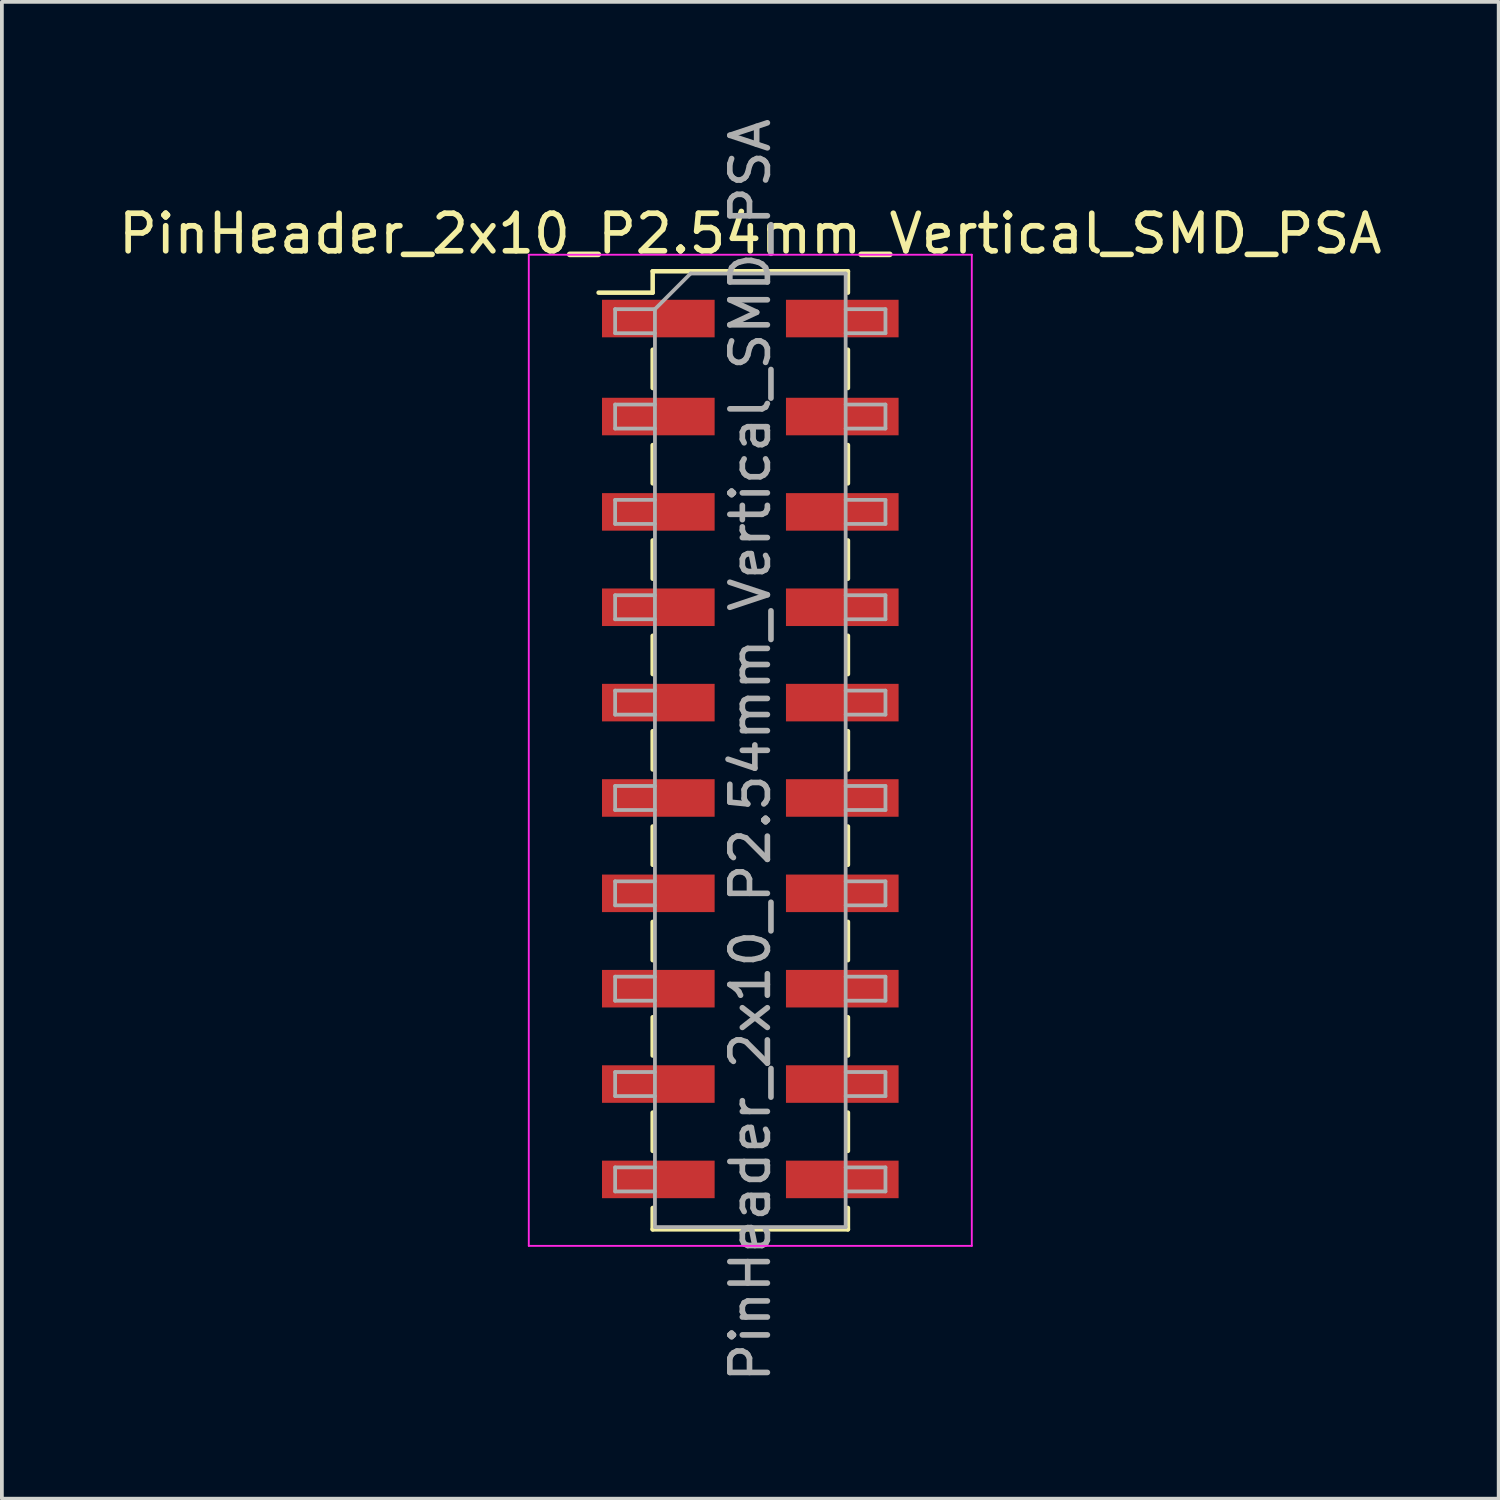
<source format=kicad_pcb>
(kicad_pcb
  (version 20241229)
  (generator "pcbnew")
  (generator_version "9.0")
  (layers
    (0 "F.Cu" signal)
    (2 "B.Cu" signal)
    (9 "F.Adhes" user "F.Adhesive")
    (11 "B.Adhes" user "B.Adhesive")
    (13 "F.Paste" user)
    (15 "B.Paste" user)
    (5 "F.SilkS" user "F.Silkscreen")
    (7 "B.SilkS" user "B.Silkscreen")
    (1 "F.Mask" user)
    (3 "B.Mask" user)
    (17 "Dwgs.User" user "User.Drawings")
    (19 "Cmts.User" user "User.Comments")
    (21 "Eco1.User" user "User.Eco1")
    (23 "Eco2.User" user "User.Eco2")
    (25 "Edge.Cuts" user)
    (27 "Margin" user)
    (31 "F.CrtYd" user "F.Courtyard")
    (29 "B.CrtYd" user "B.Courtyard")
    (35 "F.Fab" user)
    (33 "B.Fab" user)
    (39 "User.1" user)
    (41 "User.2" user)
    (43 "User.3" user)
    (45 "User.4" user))
  (footprint "PinHeader_2x10_P2.54mm_Vertical_SMD_PSA"
    (layer "F.Cu")
    (at 16.935 16.935)
    (property "Reference" "PinHeader_2x10_P2.54mm_Vertical_SMD_PSA" (at 0 -13.76 0) (layer "F.SilkS") (effects (font (size 1 1) (thickness 0.15))))
    (attr smd)
    (fp_line (start -4.04 -12.19) (end -2.6 -12.19) (stroke (width 0.12) (type solid)) (layer "F.SilkS"))
    (fp_line (start -2.6 -12.76) (end -2.6 -12.19) (stroke (width 0.12) (type solid)) (layer "F.SilkS"))
    (fp_line (start -2.6 -12.76) (end 2.6 -12.76) (stroke (width 0.12) (type solid)) (layer "F.SilkS"))
    (fp_line (start -2.6 -10.67) (end -2.6 -9.65) (stroke (width 0.12) (type solid)) (layer "F.SilkS"))
    (fp_line (start -2.6 -8.13) (end -2.6 -7.11) (stroke (width 0.12) (type solid)) (layer "F.SilkS"))
    (fp_line (start -2.6 -5.59) (end -2.6 -4.57) (stroke (width 0.12) (type solid)) (layer "F.SilkS"))
    (fp_line (start -2.6 -3.05) (end -2.6 -2.03) (stroke (width 0.12) (type solid)) (layer "F.SilkS"))
    (fp_line (start -2.6 -0.51) (end -2.6 0.51) (stroke (width 0.12) (type solid)) (layer "F.SilkS"))
    (fp_line (start -2.6 2.03) (end -2.6 3.05) (stroke (width 0.12) (type solid)) (layer "F.SilkS"))
    (fp_line (start -2.6 4.57) (end -2.6 5.59) (stroke (width 0.12) (type solid)) (layer "F.SilkS"))
    (fp_line (start -2.6 7.11) (end -2.6 8.13) (stroke (width 0.12) (type solid)) (layer "F.SilkS"))
    (fp_line (start -2.6 9.65) (end -2.6 10.67) (stroke (width 0.12) (type solid)) (layer "F.SilkS"))
    (fp_line (start -2.6 12.19) (end -2.6 12.76) (stroke (width 0.12) (type solid)) (layer "F.SilkS"))
    (fp_line (start -2.6 12.76) (end 2.6 12.76) (stroke (width 0.12) (type solid)) (layer "F.SilkS"))
    (fp_line (start 2.6 -12.76) (end 2.6 -12.19) (stroke (width 0.12) (type solid)) (layer "F.SilkS"))
    (fp_line (start 2.6 -10.67) (end 2.6 -9.65) (stroke (width 0.12) (type solid)) (layer "F.SilkS"))
    (fp_line (start 2.6 -8.13) (end 2.6 -7.11) (stroke (width 0.12) (type solid)) (layer "F.SilkS"))
    (fp_line (start 2.6 -5.59) (end 2.6 -4.57) (stroke (width 0.12) (type solid)) (layer "F.SilkS"))
    (fp_line (start 2.6 -3.05) (end 2.6 -2.03) (stroke (width 0.12) (type solid)) (layer "F.SilkS"))
    (fp_line (start 2.6 -0.51) (end 2.6 0.51) (stroke (width 0.12) (type solid)) (layer "F.SilkS"))
    (fp_line (start 2.6 2.03) (end 2.6 3.05) (stroke (width 0.12) (type solid)) (layer "F.SilkS"))
    (fp_line (start 2.6 4.57) (end 2.6 5.59) (stroke (width 0.12) (type solid)) (layer "F.SilkS"))
    (fp_line (start 2.6 7.11) (end 2.6 8.13) (stroke (width 0.12) (type solid)) (layer "F.SilkS"))
    (fp_line (start 2.6 9.65) (end 2.6 10.67) (stroke (width 0.12) (type solid)) (layer "F.SilkS"))
    (fp_line (start 2.6 12.19) (end 2.6 12.76) (stroke (width 0.12) (type solid)) (layer "F.SilkS"))
    (fp_line (start -5.9 -13.2) (end -5.9 13.2) (stroke (width 0.05) (type solid)) (layer "F.CrtYd"))
    (fp_line (start -5.9 13.2) (end 5.9 13.2) (stroke (width 0.05) (type solid)) (layer "F.CrtYd"))
    (fp_line (start 5.9 -13.2) (end -5.9 -13.2) (stroke (width 0.05) (type solid)) (layer "F.CrtYd"))
    (fp_line (start 5.9 13.2) (end 5.9 -13.2) (stroke (width 0.05) (type solid)) (layer "F.CrtYd"))
    (fp_line (start -3.6 -11.75) (end -3.6 -11.11) (stroke (width 0.1) (type solid)) (layer "F.Fab"))
    (fp_line (start -3.6 -11.11) (end -2.54 -11.11) (stroke (width 0.1) (type solid)) (layer "F.Fab"))
    (fp_line (start -3.6 -9.21) (end -3.6 -8.57) (stroke (width 0.1) (type solid)) (layer "F.Fab"))
    (fp_line (start -3.6 -8.57) (end -2.54 -8.57) (stroke (width 0.1) (type solid)) (layer "F.Fab"))
    (fp_line (start -3.6 -6.67) (end -3.6 -6.03) (stroke (width 0.1) (type solid)) (layer "F.Fab"))
    (fp_line (start -3.6 -6.03) (end -2.54 -6.03) (stroke (width 0.1) (type solid)) (layer "F.Fab"))
    (fp_line (start -3.6 -4.13) (end -3.6 -3.49) (stroke (width 0.1) (type solid)) (layer "F.Fab"))
    (fp_line (start -3.6 -3.49) (end -2.54 -3.49) (stroke (width 0.1) (type solid)) (layer "F.Fab"))
    (fp_line (start -3.6 -1.59) (end -3.6 -0.95) (stroke (width 0.1) (type solid)) (layer "F.Fab"))
    (fp_line (start -3.6 -0.95) (end -2.54 -0.95) (stroke (width 0.1) (type solid)) (layer "F.Fab"))
    (fp_line (start -3.6 0.95) (end -3.6 1.59) (stroke (width 0.1) (type solid)) (layer "F.Fab"))
    (fp_line (start -3.6 1.59) (end -2.54 1.59) (stroke (width 0.1) (type solid)) (layer "F.Fab"))
    (fp_line (start -3.6 3.49) (end -3.6 4.13) (stroke (width 0.1) (type solid)) (layer "F.Fab"))
    (fp_line (start -3.6 4.13) (end -2.54 4.13) (stroke (width 0.1) (type solid)) (layer "F.Fab"))
    (fp_line (start -3.6 6.03) (end -3.6 6.67) (stroke (width 0.1) (type solid)) (layer "F.Fab"))
    (fp_line (start -3.6 6.67) (end -2.54 6.67) (stroke (width 0.1) (type solid)) (layer "F.Fab"))
    (fp_line (start -3.6 8.57) (end -3.6 9.21) (stroke (width 0.1) (type solid)) (layer "F.Fab"))
    (fp_line (start -3.6 9.21) (end -2.54 9.21) (stroke (width 0.1) (type solid)) (layer "F.Fab"))
    (fp_line (start -3.6 11.11) (end -3.6 11.75) (stroke (width 0.1) (type solid)) (layer "F.Fab"))
    (fp_line (start -3.6 11.75) (end -2.54 11.75) (stroke (width 0.1) (type solid)) (layer "F.Fab"))
    (fp_line (start -2.54 -11.75) (end -3.6 -11.75) (stroke (width 0.1) (type solid)) (layer "F.Fab"))
    (fp_line (start -2.54 -11.75) (end -1.59 -12.7) (stroke (width 0.1) (type solid)) (layer "F.Fab"))
    (fp_line (start -2.54 -9.21) (end -3.6 -9.21) (stroke (width 0.1) (type solid)) (layer "F.Fab"))
    (fp_line (start -2.54 -6.67) (end -3.6 -6.67) (stroke (width 0.1) (type solid)) (layer "F.Fab"))
    (fp_line (start -2.54 -4.13) (end -3.6 -4.13) (stroke (width 0.1) (type solid)) (layer "F.Fab"))
    (fp_line (start -2.54 -1.59) (end -3.6 -1.59) (stroke (width 0.1) (type solid)) (layer "F.Fab"))
    (fp_line (start -2.54 0.95) (end -3.6 0.95) (stroke (width 0.1) (type solid)) (layer "F.Fab"))
    (fp_line (start -2.54 3.49) (end -3.6 3.49) (stroke (width 0.1) (type solid)) (layer "F.Fab"))
    (fp_line (start -2.54 6.03) (end -3.6 6.03) (stroke (width 0.1) (type solid)) (layer "F.Fab"))
    (fp_line (start -2.54 8.57) (end -3.6 8.57) (stroke (width 0.1) (type solid)) (layer "F.Fab"))
    (fp_line (start -2.54 11.11) (end -3.6 11.11) (stroke (width 0.1) (type solid)) (layer "F.Fab"))
    (fp_line (start -2.54 12.7) (end -2.54 -11.75) (stroke (width 0.1) (type solid)) (layer "F.Fab"))
    (fp_line (start -1.59 -12.7) (end 2.54 -12.7) (stroke (width 0.1) (type solid)) (layer "F.Fab"))
    (fp_line (start 2.54 -12.7) (end 2.54 12.7) (stroke (width 0.1) (type solid)) (layer "F.Fab"))
    (fp_line (start 2.54 -11.75) (end 3.6 -11.75) (stroke (width 0.1) (type solid)) (layer "F.Fab"))
    (fp_line (start 2.54 -9.21) (end 3.6 -9.21) (stroke (width 0.1) (type solid)) (layer "F.Fab"))
    (fp_line (start 2.54 -6.67) (end 3.6 -6.67) (stroke (width 0.1) (type solid)) (layer "F.Fab"))
    (fp_line (start 2.54 -4.13) (end 3.6 -4.13) (stroke (width 0.1) (type solid)) (layer "F.Fab"))
    (fp_line (start 2.54 -1.59) (end 3.6 -1.59) (stroke (width 0.1) (type solid)) (layer "F.Fab"))
    (fp_line (start 2.54 0.95) (end 3.6 0.95) (stroke (width 0.1) (type solid)) (layer "F.Fab"))
    (fp_line (start 2.54 3.49) (end 3.6 3.49) (stroke (width 0.1) (type solid)) (layer "F.Fab"))
    (fp_line (start 2.54 6.03) (end 3.6 6.03) (stroke (width 0.1) (type solid)) (layer "F.Fab"))
    (fp_line (start 2.54 8.57) (end 3.6 8.57) (stroke (width 0.1) (type solid)) (layer "F.Fab"))
    (fp_line (start 2.54 11.11) (end 3.6 11.11) (stroke (width 0.1) (type solid)) (layer "F.Fab"))
    (fp_line (start 2.54 12.7) (end -2.54 12.7) (stroke (width 0.1) (type solid)) (layer "F.Fab"))
    (fp_line (start 3.6 -11.75) (end 3.6 -11.11) (stroke (width 0.1) (type solid)) (layer "F.Fab"))
    (fp_line (start 3.6 -11.11) (end 2.54 -11.11) (stroke (width 0.1) (type solid)) (layer "F.Fab"))
    (fp_line (start 3.6 -9.21) (end 3.6 -8.57) (stroke (width 0.1) (type solid)) (layer "F.Fab"))
    (fp_line (start 3.6 -8.57) (end 2.54 -8.57) (stroke (width 0.1) (type solid)) (layer "F.Fab"))
    (fp_line (start 3.6 -6.67) (end 3.6 -6.03) (stroke (width 0.1) (type solid)) (layer "F.Fab"))
    (fp_line (start 3.6 -6.03) (end 2.54 -6.03) (stroke (width 0.1) (type solid)) (layer "F.Fab"))
    (fp_line (start 3.6 -4.13) (end 3.6 -3.49) (stroke (width 0.1) (type solid)) (layer "F.Fab"))
    (fp_line (start 3.6 -3.49) (end 2.54 -3.49) (stroke (width 0.1) (type solid)) (layer "F.Fab"))
    (fp_line (start 3.6 -1.59) (end 3.6 -0.95) (stroke (width 0.1) (type solid)) (layer "F.Fab"))
    (fp_line (start 3.6 -0.95) (end 2.54 -0.95) (stroke (width 0.1) (type solid)) (layer "F.Fab"))
    (fp_line (start 3.6 0.95) (end 3.6 1.59) (stroke (width 0.1) (type solid)) (layer "F.Fab"))
    (fp_line (start 3.6 1.59) (end 2.54 1.59) (stroke (width 0.1) (type solid)) (layer "F.Fab"))
    (fp_line (start 3.6 3.49) (end 3.6 4.13) (stroke (width 0.1) (type solid)) (layer "F.Fab"))
    (fp_line (start 3.6 4.13) (end 2.54 4.13) (stroke (width 0.1) (type solid)) (layer "F.Fab"))
    (fp_line (start 3.6 6.03) (end 3.6 6.67) (stroke (width 0.1) (type solid)) (layer "F.Fab"))
    (fp_line (start 3.6 6.67) (end 2.54 6.67) (stroke (width 0.1) (type solid)) (layer "F.Fab"))
    (fp_line (start 3.6 8.57) (end 3.6 9.21) (stroke (width 0.1) (type solid)) (layer "F.Fab"))
    (fp_line (start 3.6 9.21) (end 2.54 9.21) (stroke (width 0.1) (type solid)) (layer "F.Fab"))
    (fp_line (start 3.6 11.11) (end 3.6 11.75) (stroke (width 0.1) (type solid)) (layer "F.Fab"))
    (fp_line (start 3.6 11.75) (end 2.54 11.75) (stroke (width 0.1) (type solid)) (layer "F.Fab"))
    (fp_text user "${REFERENCE}" (at 0 0 90) (layer "F.Fab") (effects (font (size 1 1) (thickness 0.15))))
    (pad "1" smd rect (at -2.45 -11.5) (size 3 1) (layers "F.Cu" "F.Mask" "F.Paste"))
    (pad "2" smd rect (at -2.45 -8.89) (size 3 1) (layers "F.Cu" "F.Mask" "F.Paste"))
    (pad "3" smd rect (at -2.45 -6.35) (size 3 1) (layers "F.Cu" "F.Mask" "F.Paste"))
    (pad "4" smd rect (at -2.45 -3.81) (size 3 1) (layers "F.Cu" "F.Mask" "F.Paste"))
    (pad "5" smd rect (at -2.45 -1.27) (size 3 1) (layers "F.Cu" "F.Mask" "F.Paste"))
    (pad "6" smd rect (at -2.45 1.27) (size 3 1) (layers "F.Cu" "F.Mask" "F.Paste"))
    (pad "7" smd rect (at -2.45 3.81) (size 3 1) (layers "F.Cu" "F.Mask" "F.Paste"))
    (pad "8" smd rect (at -2.45 6.35) (size 3 1) (layers "F.Cu" "F.Mask" "F.Paste"))
    (pad "9" smd rect (at -2.45 8.89) (size 3 1) (layers "F.Cu" "F.Mask" "F.Paste"))
    (pad "10" smd rect (at -2.45 11.43) (size 3 1) (layers "F.Cu" "F.Mask" "F.Paste"))
    (pad "11" smd rect (at 2.45 -11.5) (size 3 1) (layers "F.Cu" "F.Mask" "F.Paste"))
    (pad "12" smd rect (at 2.45 -8.89) (size 3 1) (layers "F.Cu" "F.Mask" "F.Paste"))
    (pad "13" smd rect (at 2.45 -6.35) (size 3 1) (layers "F.Cu" "F.Mask" "F.Paste"))
    (pad "14" smd rect (at 2.45 -3.81) (size 3 1) (layers "F.Cu" "F.Mask" "F.Paste"))
    (pad "15" smd rect (at 2.45 -1.27) (size 3 1) (layers "F.Cu" "F.Mask" "F.Paste"))
    (pad "16" smd rect (at 2.45 1.27) (size 3 1) (layers "F.Cu" "F.Mask" "F.Paste"))
    (pad "17" smd rect (at 2.45 3.81) (size 3 1) (layers "F.Cu" "F.Mask" "F.Paste"))
    (pad "18" smd rect (at 2.45 6.35) (size 3 1) (layers "F.Cu" "F.Mask" "F.Paste"))
    (pad "19" smd rect (at 2.45 8.89) (size 3 1) (layers "F.Cu" "F.Mask" "F.Paste"))
    (pad "20" smd rect (at 2.45 11.43) (size 3 1) (layers "F.Cu" "F.Mask" "F.Paste")))
  (gr_rect
    (start -3 -3)
    (end 36.869 36.869)
    (stroke (width 0.1) (type default))
    (fill no)
    (layer "Edge.Cuts")))
</source>
